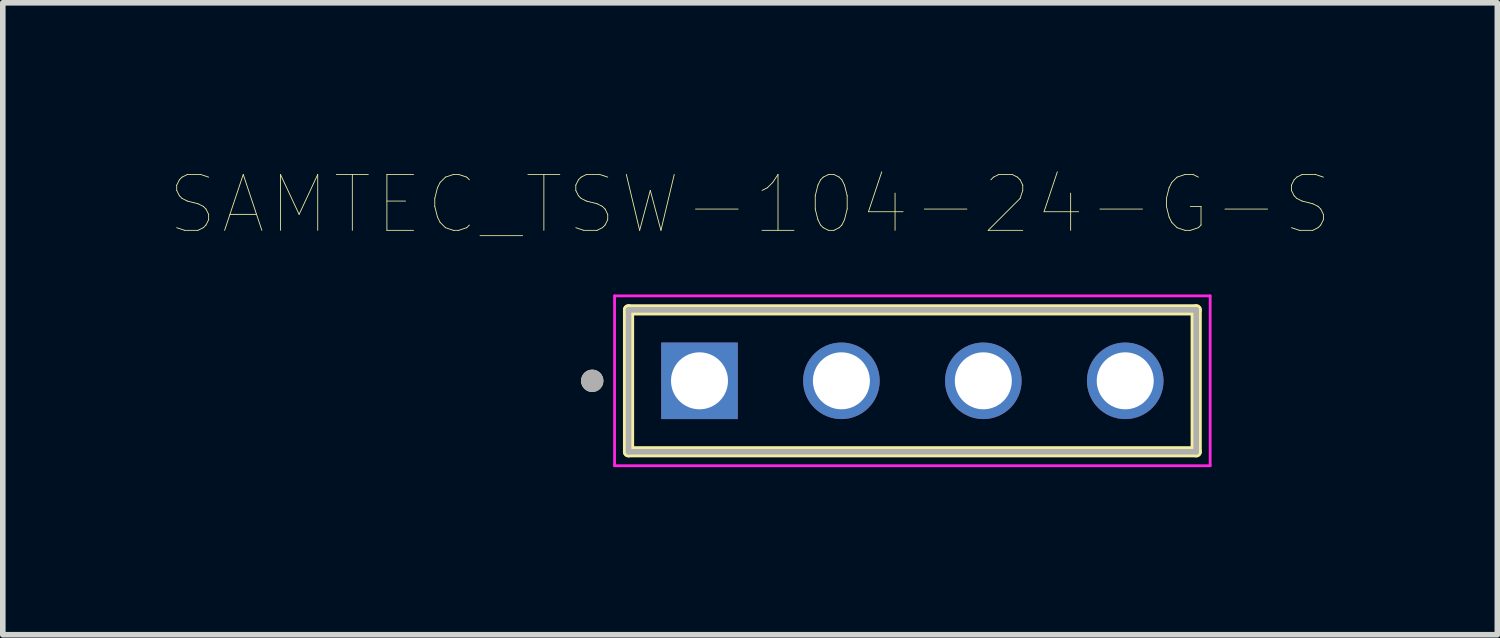
<source format=kicad_pcb>
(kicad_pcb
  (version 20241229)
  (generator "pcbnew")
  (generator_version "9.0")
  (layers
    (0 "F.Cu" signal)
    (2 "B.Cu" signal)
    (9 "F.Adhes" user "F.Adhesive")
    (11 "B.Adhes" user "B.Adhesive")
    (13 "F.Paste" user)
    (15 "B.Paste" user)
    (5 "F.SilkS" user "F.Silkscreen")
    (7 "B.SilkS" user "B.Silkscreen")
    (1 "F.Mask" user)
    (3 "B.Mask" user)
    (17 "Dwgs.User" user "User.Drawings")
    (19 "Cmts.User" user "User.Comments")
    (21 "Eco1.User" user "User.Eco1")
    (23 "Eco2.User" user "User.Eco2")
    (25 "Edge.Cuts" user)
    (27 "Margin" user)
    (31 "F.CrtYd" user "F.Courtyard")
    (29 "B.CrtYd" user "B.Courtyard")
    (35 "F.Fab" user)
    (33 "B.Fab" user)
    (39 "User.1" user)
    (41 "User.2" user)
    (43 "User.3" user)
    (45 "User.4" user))
  (footprint "SAMTEC_TSW-104-24-G-S"
    (layer "F.Cu")
    (at 9.47 3.766)
    (property "Reference" "SAMTEC_TSW-104-24-G-S" (at 0.905 -3.155 0) (layer "F.SilkS") (effects (font (size 1 1) (thickness 0.015))))
    (attr through_hole)
    (fp_line (start -1.27 1.27) (end -1.27 -1.27) (stroke (width 0.2) (type solid)) (layer "F.SilkS"))
    (fp_line (start 8.89 -1.27) (end -1.27 -1.27) (stroke (width 0.2) (type solid)) (layer "F.SilkS"))
    (fp_line (start 8.89 -1.27) (end 8.89 1.27) (stroke (width 0.2) (type solid)) (layer "F.SilkS"))
    (fp_line (start 8.89 1.27) (end -1.27 1.27) (stroke (width 0.2) (type solid)) (layer "F.SilkS"))
    (fp_circle (center -1.92 0) (end -1.82 0) (stroke (width 0.2) (type solid)) (fill no) (layer "F.SilkS"))
    (fp_line (start -1.52 -1.52) (end 9.14 -1.52) (stroke (width 0.05) (type solid)) (layer "F.CrtYd"))
    (fp_line (start -1.52 1.52) (end -1.52 -1.52) (stroke (width 0.05) (type solid)) (layer "F.CrtYd"))
    (fp_line (start 9.14 -1.52) (end 9.14 1.52) (stroke (width 0.05) (type solid)) (layer "F.CrtYd"))
    (fp_line (start 9.14 1.52) (end -1.52 1.52) (stroke (width 0.05) (type solid)) (layer "F.CrtYd"))
    (fp_line (start -1.27 -1.27) (end 8.89 -1.27) (stroke (width 0.1) (type solid)) (layer "F.Fab"))
    (fp_line (start -1.27 1.27) (end -1.27 -1.27) (stroke (width 0.1) (type solid)) (layer "F.Fab"))
    (fp_line (start 8.89 -1.27) (end 8.89 1.27) (stroke (width 0.1) (type solid)) (layer "F.Fab"))
    (fp_line (start 8.89 1.27) (end -1.27 1.27) (stroke (width 0.1) (type solid)) (layer "F.Fab"))
    (fp_circle (center -1.92 0) (end -1.82 0) (stroke (width 0.2) (type solid)) (fill no) (layer "F.Fab"))
    (pad "01" thru_hole rect (at 0 0) (size 1.37 1.37) (drill 1.02) (layers "*.Cu" "*.Mask"))
    (pad "02" thru_hole circle (at 2.54 0) (size 1.37 1.37) (drill 1.02) (layers "*.Cu" "*.Mask"))
    (pad "03" thru_hole circle (at 5.08 0) (size 1.37 1.37) (drill 1.02) (layers "*.Cu" "*.Mask"))
    (pad "04" thru_hole circle (at 7.62 0) (size 1.37 1.37) (drill 1.02) (layers "*.Cu" "*.Mask")))
  (gr_rect
    (start -3 -3)
    (end 23.75 8.311)
    (stroke (width 0.1) (type default))
    (fill no)
    (layer "Edge.Cuts")))
</source>
